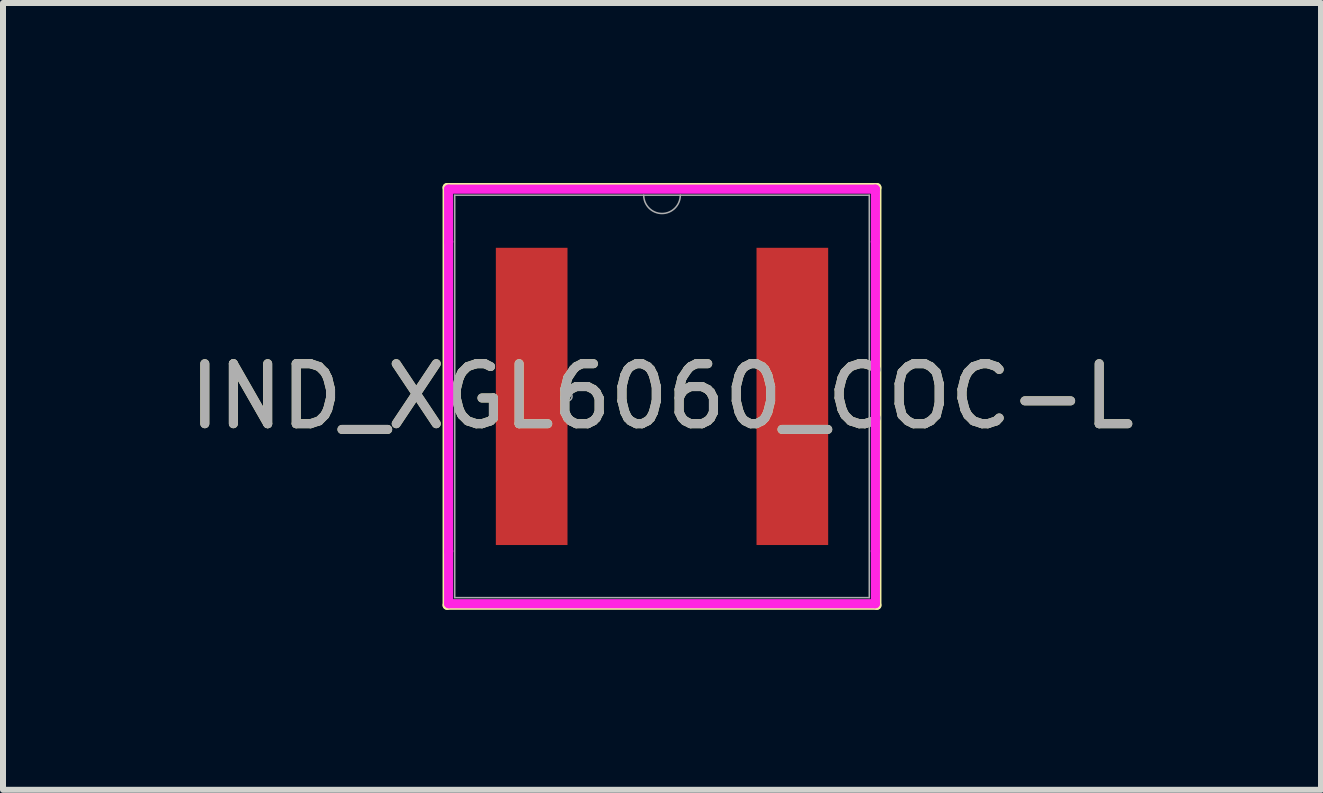
<source format=kicad_pcb>
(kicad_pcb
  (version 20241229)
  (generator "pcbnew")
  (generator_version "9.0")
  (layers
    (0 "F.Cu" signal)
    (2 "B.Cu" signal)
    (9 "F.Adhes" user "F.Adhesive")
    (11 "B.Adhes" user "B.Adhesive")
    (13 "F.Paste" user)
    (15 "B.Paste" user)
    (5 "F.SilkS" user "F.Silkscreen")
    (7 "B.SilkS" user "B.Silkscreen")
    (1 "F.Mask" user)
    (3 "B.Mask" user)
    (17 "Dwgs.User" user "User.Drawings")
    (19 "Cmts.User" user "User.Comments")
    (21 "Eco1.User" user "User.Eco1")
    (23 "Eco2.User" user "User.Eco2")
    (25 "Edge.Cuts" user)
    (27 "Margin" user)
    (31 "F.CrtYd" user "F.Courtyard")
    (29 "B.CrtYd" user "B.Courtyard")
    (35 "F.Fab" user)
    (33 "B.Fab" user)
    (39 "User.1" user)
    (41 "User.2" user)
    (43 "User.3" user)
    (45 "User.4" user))
  (footprint "IND_XGL6060_COC-L"
    (layer "F.Cu")
    (at 7.982 3.556)
    (property "Reference" "IND_XGL6060_COC-L" (at 0 0 0) (unlocked yes) (layer "F.SilkS") (effects (font (size 1 1) (thickness 0.15))))
    (attr smd)
    (fp_line (start -3.581 -3.48) (end -3.581 3.48) (stroke (width 0.152) (type solid)) (layer "F.SilkS"))
    (fp_line (start -3.581 3.48) (end 3.581 3.48) (stroke (width 0.152) (type solid)) (layer "F.SilkS"))
    (fp_line (start 3.581 -3.48) (end -3.581 -3.48) (stroke (width 0.152) (type solid)) (layer "F.SilkS"))
    (fp_line (start 3.581 3.48) (end 3.581 -3.48) (stroke (width 0.152) (type solid)) (layer "F.SilkS"))
    (fp_line (start -3.556 -3.454) (end 3.556 -3.454) (stroke (width 0.152) (type solid)) (layer "F.CrtYd"))
    (fp_line (start -3.556 -2.578) (end -3.556 -3.454) (stroke (width 0.152) (type solid)) (layer "F.CrtYd"))
    (fp_line (start -3.556 -2.578) (end -3.556 -2.578) (stroke (width 0.152) (type solid)) (layer "F.CrtYd"))
    (fp_line (start -3.556 2.578) (end -3.556 -2.578) (stroke (width 0.152) (type solid)) (layer "F.CrtYd"))
    (fp_line (start -3.556 2.578) (end -3.556 2.578) (stroke (width 0.152) (type solid)) (layer "F.CrtYd"))
    (fp_line (start -3.556 3.454) (end -3.556 2.578) (stroke (width 0.152) (type solid)) (layer "F.CrtYd"))
    (fp_line (start 3.556 -3.454) (end 3.556 -2.578) (stroke (width 0.152) (type solid)) (layer "F.CrtYd"))
    (fp_line (start 3.556 -2.578) (end 3.556 -2.578) (stroke (width 0.152) (type solid)) (layer "F.CrtYd"))
    (fp_line (start 3.556 -2.578) (end 3.556 2.578) (stroke (width 0.152) (type solid)) (layer "F.CrtYd"))
    (fp_line (start 3.556 2.578) (end 3.556 2.578) (stroke (width 0.152) (type solid)) (layer "F.CrtYd"))
    (fp_line (start 3.556 2.578) (end 3.556 3.454) (stroke (width 0.152) (type solid)) (layer "F.CrtYd"))
    (fp_line (start 3.556 3.454) (end -3.556 3.454) (stroke (width 0.152) (type solid)) (layer "F.CrtYd"))
    (fp_line (start -3.454 -3.353) (end -3.454 3.353) (stroke (width 0.025) (type solid)) (layer "F.Fab"))
    (fp_line (start -3.454 3.353) (end 3.454 3.353) (stroke (width 0.025) (type solid)) (layer "F.Fab"))
    (fp_line (start 3.454 -3.353) (end -3.454 -3.353) (stroke (width 0.025) (type solid)) (layer "F.Fab"))
    (fp_line (start 3.454 3.353) (end 3.454 -3.353) (stroke (width 0.025) (type solid)) (layer "F.Fab"))
    (fp_arc (start 0.3048 -3.3528) (mid 0 -3.048) (end -0.3048 -3.3528) (stroke (width 0.0254) (type solid)) (layer "F.Fab"))
    (fp_circle (center -1.575 0) (end -1.499 0) (stroke (width 0.025) (type solid)) (fill no) (layer "F.Fab"))
    (fp_text user "${REFERENCE}" (at 0 0 0) (unlocked yes) (layer "F.Fab") (effects (font (size 1 1) (thickness 0.15))))
    (pad "1" smd rect (at -2.172 0) (size 1.194 4.953) (layers "F.Cu" "F.Mask" "F.Paste"))
    (pad "2" smd rect (at 2.172 0) (size 1.194 4.953) (layers "F.Cu" "F.Mask" "F.Paste")))
  (gr_rect
    (start -3 -3)
    (end 18.964 10.112)
    (stroke (width 0.1) (type default))
    (fill no)
    (layer "Edge.Cuts")))
</source>
